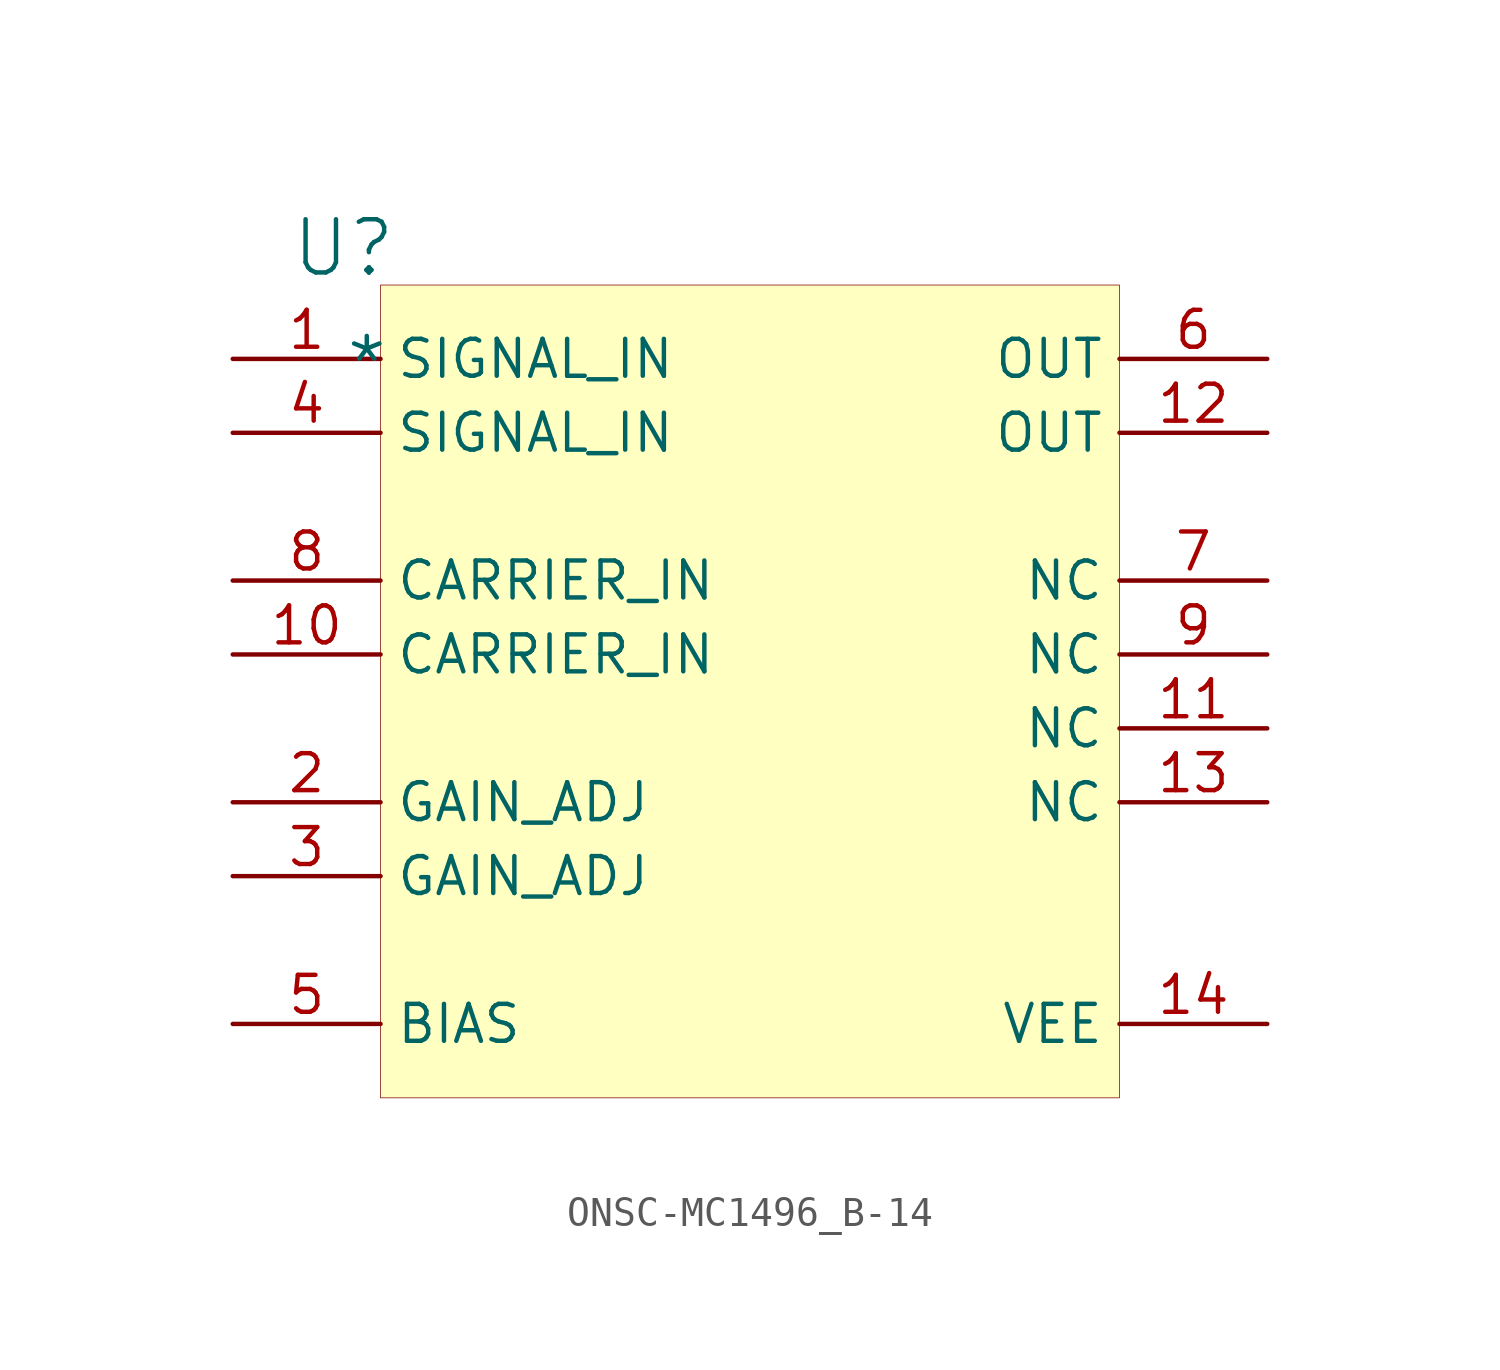
<source format=kicad_sym>
(kicad_symbol_lib
  (version 20231120)
  (generator "kicad_symbol_editor")
  (generator_version "8.0")
  (symbol "ONSC-MC1496_B-14"
    (property "Reference" "U"
      (at -1.27 1.27 0)
      (effects (font (size 1.829 1.829))))
    (property "Value" "*"
      (at -1.27 -3.81 0)
      (effects (font (size 1.829 1.829)) (justify left bottom)))
    (symbol "ONSC-MC1496_B-14_1_0"
      (rectangle (start 25.4 0) (end 0 -27.94) (stroke (width 0.025) (type solid) (color 128 0 0 1)) (fill (type background)))
      (pin input line (at -5.08 -2.54 0) (length 5.08) (name "SIGNAL_IN" (effects (font (size 1.27 1.27)))) (number "1" (effects (font (size 1.27 1.27)))))
      (pin input line (at -5.08 -12.7 0) (length 5.08) (name "CARRIER_IN" (effects (font (size 1.27 1.27)))) (number "10" (effects (font (size 1.27 1.27)))))
      (pin passive line (at 30.48 -15.24 180) (length 5.08) (name "NC" (effects (font (size 1.27 1.27)))) (number "11" (effects (font (size 1.27 1.27)))))
      (pin output line (at 30.48 -5.08 180) (length 5.08) (name "OUT" (effects (font (size 1.27 1.27)))) (number "12" (effects (font (size 1.27 1.27)))))
      (pin passive line (at 30.48 -17.78 180) (length 5.08) (name "NC" (effects (font (size 1.27 1.27)))) (number "13" (effects (font (size 1.27 1.27)))))
      (pin power_in line (at 30.48 -25.4 180) (length 5.08) (name "VEE" (effects (font (size 1.27 1.27)))) (number "14" (effects (font (size 1.27 1.27)))))
      (pin input line (at -5.08 -17.78 0) (length 5.08) (name "GAIN_ADJ" (effects (font (size 1.27 1.27)))) (number "2" (effects (font (size 1.27 1.27)))))
      (pin input line (at -5.08 -20.32 0) (length 5.08) (name "GAIN_ADJ" (effects (font (size 1.27 1.27)))) (number "3" (effects (font (size 1.27 1.27)))))
      (pin input line (at -5.08 -5.08 0) (length 5.08) (name "SIGNAL_IN" (effects (font (size 1.27 1.27)))) (number "4" (effects (font (size 1.27 1.27)))))
      (pin passive line (at -5.08 -25.4 0) (length 5.08) (name "BIAS" (effects (font (size 1.27 1.27)))) (number "5" (effects (font (size 1.27 1.27)))))
      (pin output line (at 30.48 -2.54 180) (length 5.08) (name "OUT" (effects (font (size 1.27 1.27)))) (number "6" (effects (font (size 1.27 1.27)))))
      (pin passive line (at 30.48 -10.16 180) (length 5.08) (name "NC" (effects (font (size 1.27 1.27)))) (number "7" (effects (font (size 1.27 1.27)))))
      (pin input line (at -5.08 -10.16 0) (length 5.08) (name "CARRIER_IN" (effects (font (size 1.27 1.27)))) (number "8" (effects (font (size 1.27 1.27)))))
      (pin passive line (at 30.48 -12.7 180) (length 5.08) (name "NC" (effects (font (size 1.27 1.27)))) (number "9" (effects (font (size 1.27 1.27))))))))
</source>
